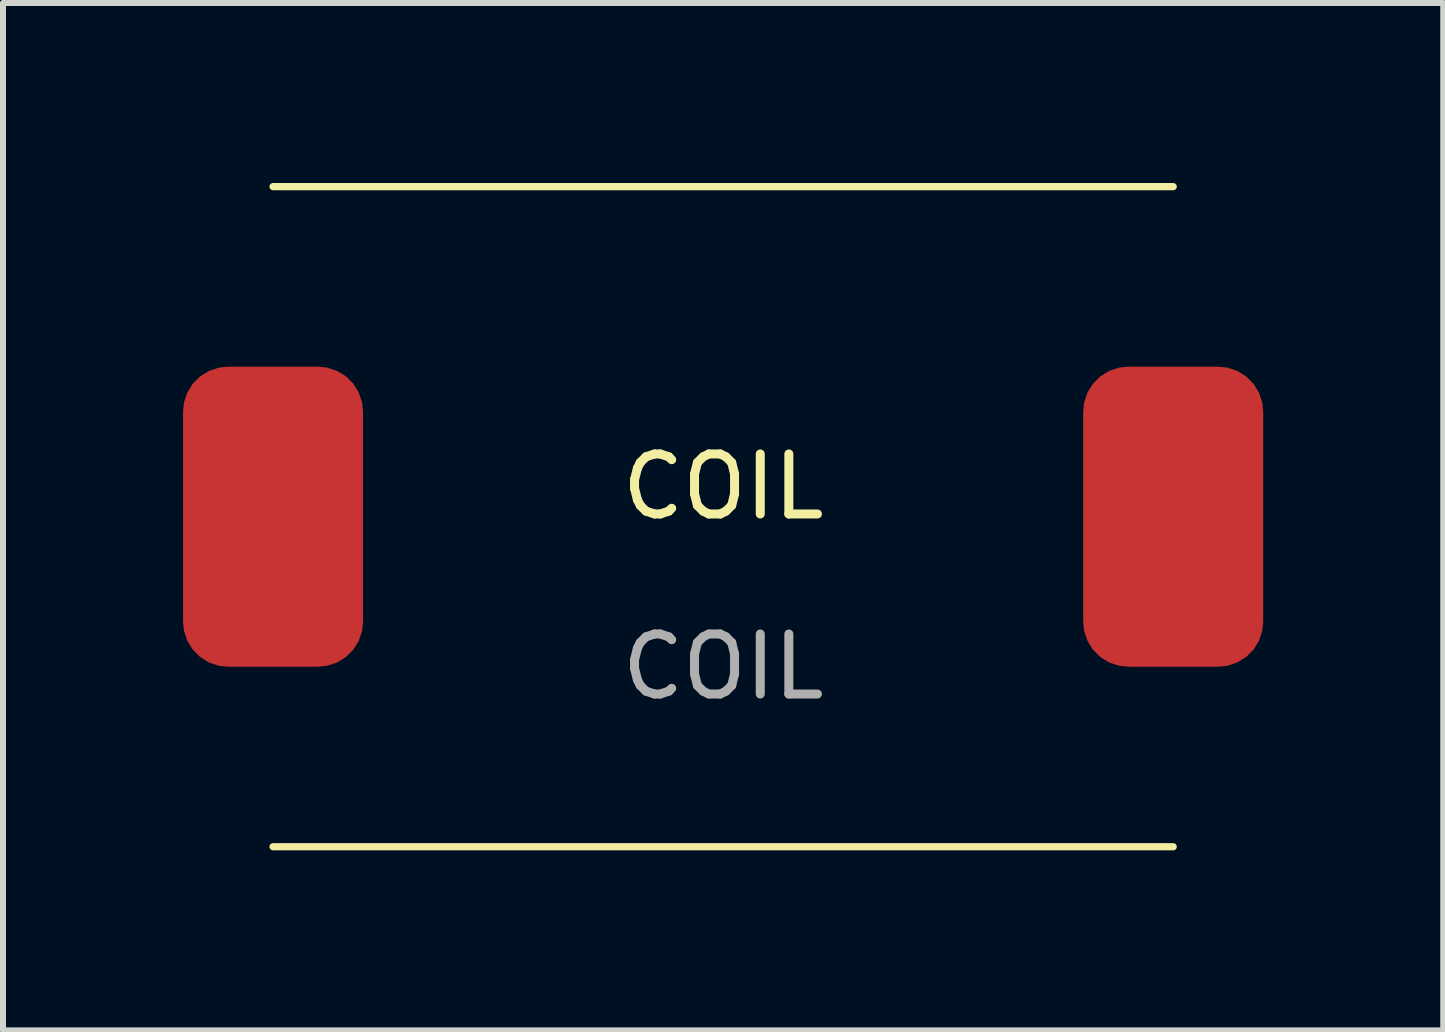
<source format=kicad_pcb>
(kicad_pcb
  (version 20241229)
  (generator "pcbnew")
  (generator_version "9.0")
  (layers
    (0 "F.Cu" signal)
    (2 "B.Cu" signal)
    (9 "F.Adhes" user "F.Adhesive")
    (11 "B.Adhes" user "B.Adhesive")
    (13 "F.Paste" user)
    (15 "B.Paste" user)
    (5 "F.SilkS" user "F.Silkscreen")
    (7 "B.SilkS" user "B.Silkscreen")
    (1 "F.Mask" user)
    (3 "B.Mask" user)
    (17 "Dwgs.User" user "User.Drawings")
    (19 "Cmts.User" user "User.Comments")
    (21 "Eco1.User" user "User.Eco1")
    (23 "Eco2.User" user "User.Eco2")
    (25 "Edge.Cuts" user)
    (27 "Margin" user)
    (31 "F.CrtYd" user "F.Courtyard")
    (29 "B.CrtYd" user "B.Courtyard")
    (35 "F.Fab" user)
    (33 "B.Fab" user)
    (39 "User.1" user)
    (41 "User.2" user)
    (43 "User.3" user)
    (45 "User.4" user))
  (footprint "COIL"
    (layer "F.Cu")
    (at 9 5.56)
    (property "Reference" "COIL" (at 0 -0.5 0) (unlocked yes) (layer "F.SilkS") (effects (font (size 1 1) (thickness 0.15))))
    (attr smd)
    (fp_line (start -7.5 -5.5) (end 7.5 -5.5) (stroke (width 0.12) (type solid)) (layer "F.SilkS"))
    (fp_line (start -7.5 5.5) (end 7.5 5.5) (stroke (width 0.12) (type solid)) (layer "F.SilkS"))
    (fp_text user "${REFERENCE}" (at 0 2.5 0) (unlocked yes) (layer "F.Fab") (effects (font (size 1 1) (thickness 0.15))))
    (pad "1" smd roundrect (at -7.5 0) (size 3 5) (layers "F.Cu" "F.Mask" "F.Paste") (roundrect_rratio 0.25))
    (pad "2" smd roundrect (at 7.5 0) (size 3 5) (layers "F.Cu" "F.Mask" "F.Paste") (roundrect_rratio 0.25)))
  (gr_rect
    (start -3 -3)
    (end 21 14.12)
    (stroke (width 0.1) (type default))
    (fill no)
    (layer "Edge.Cuts")))
</source>
